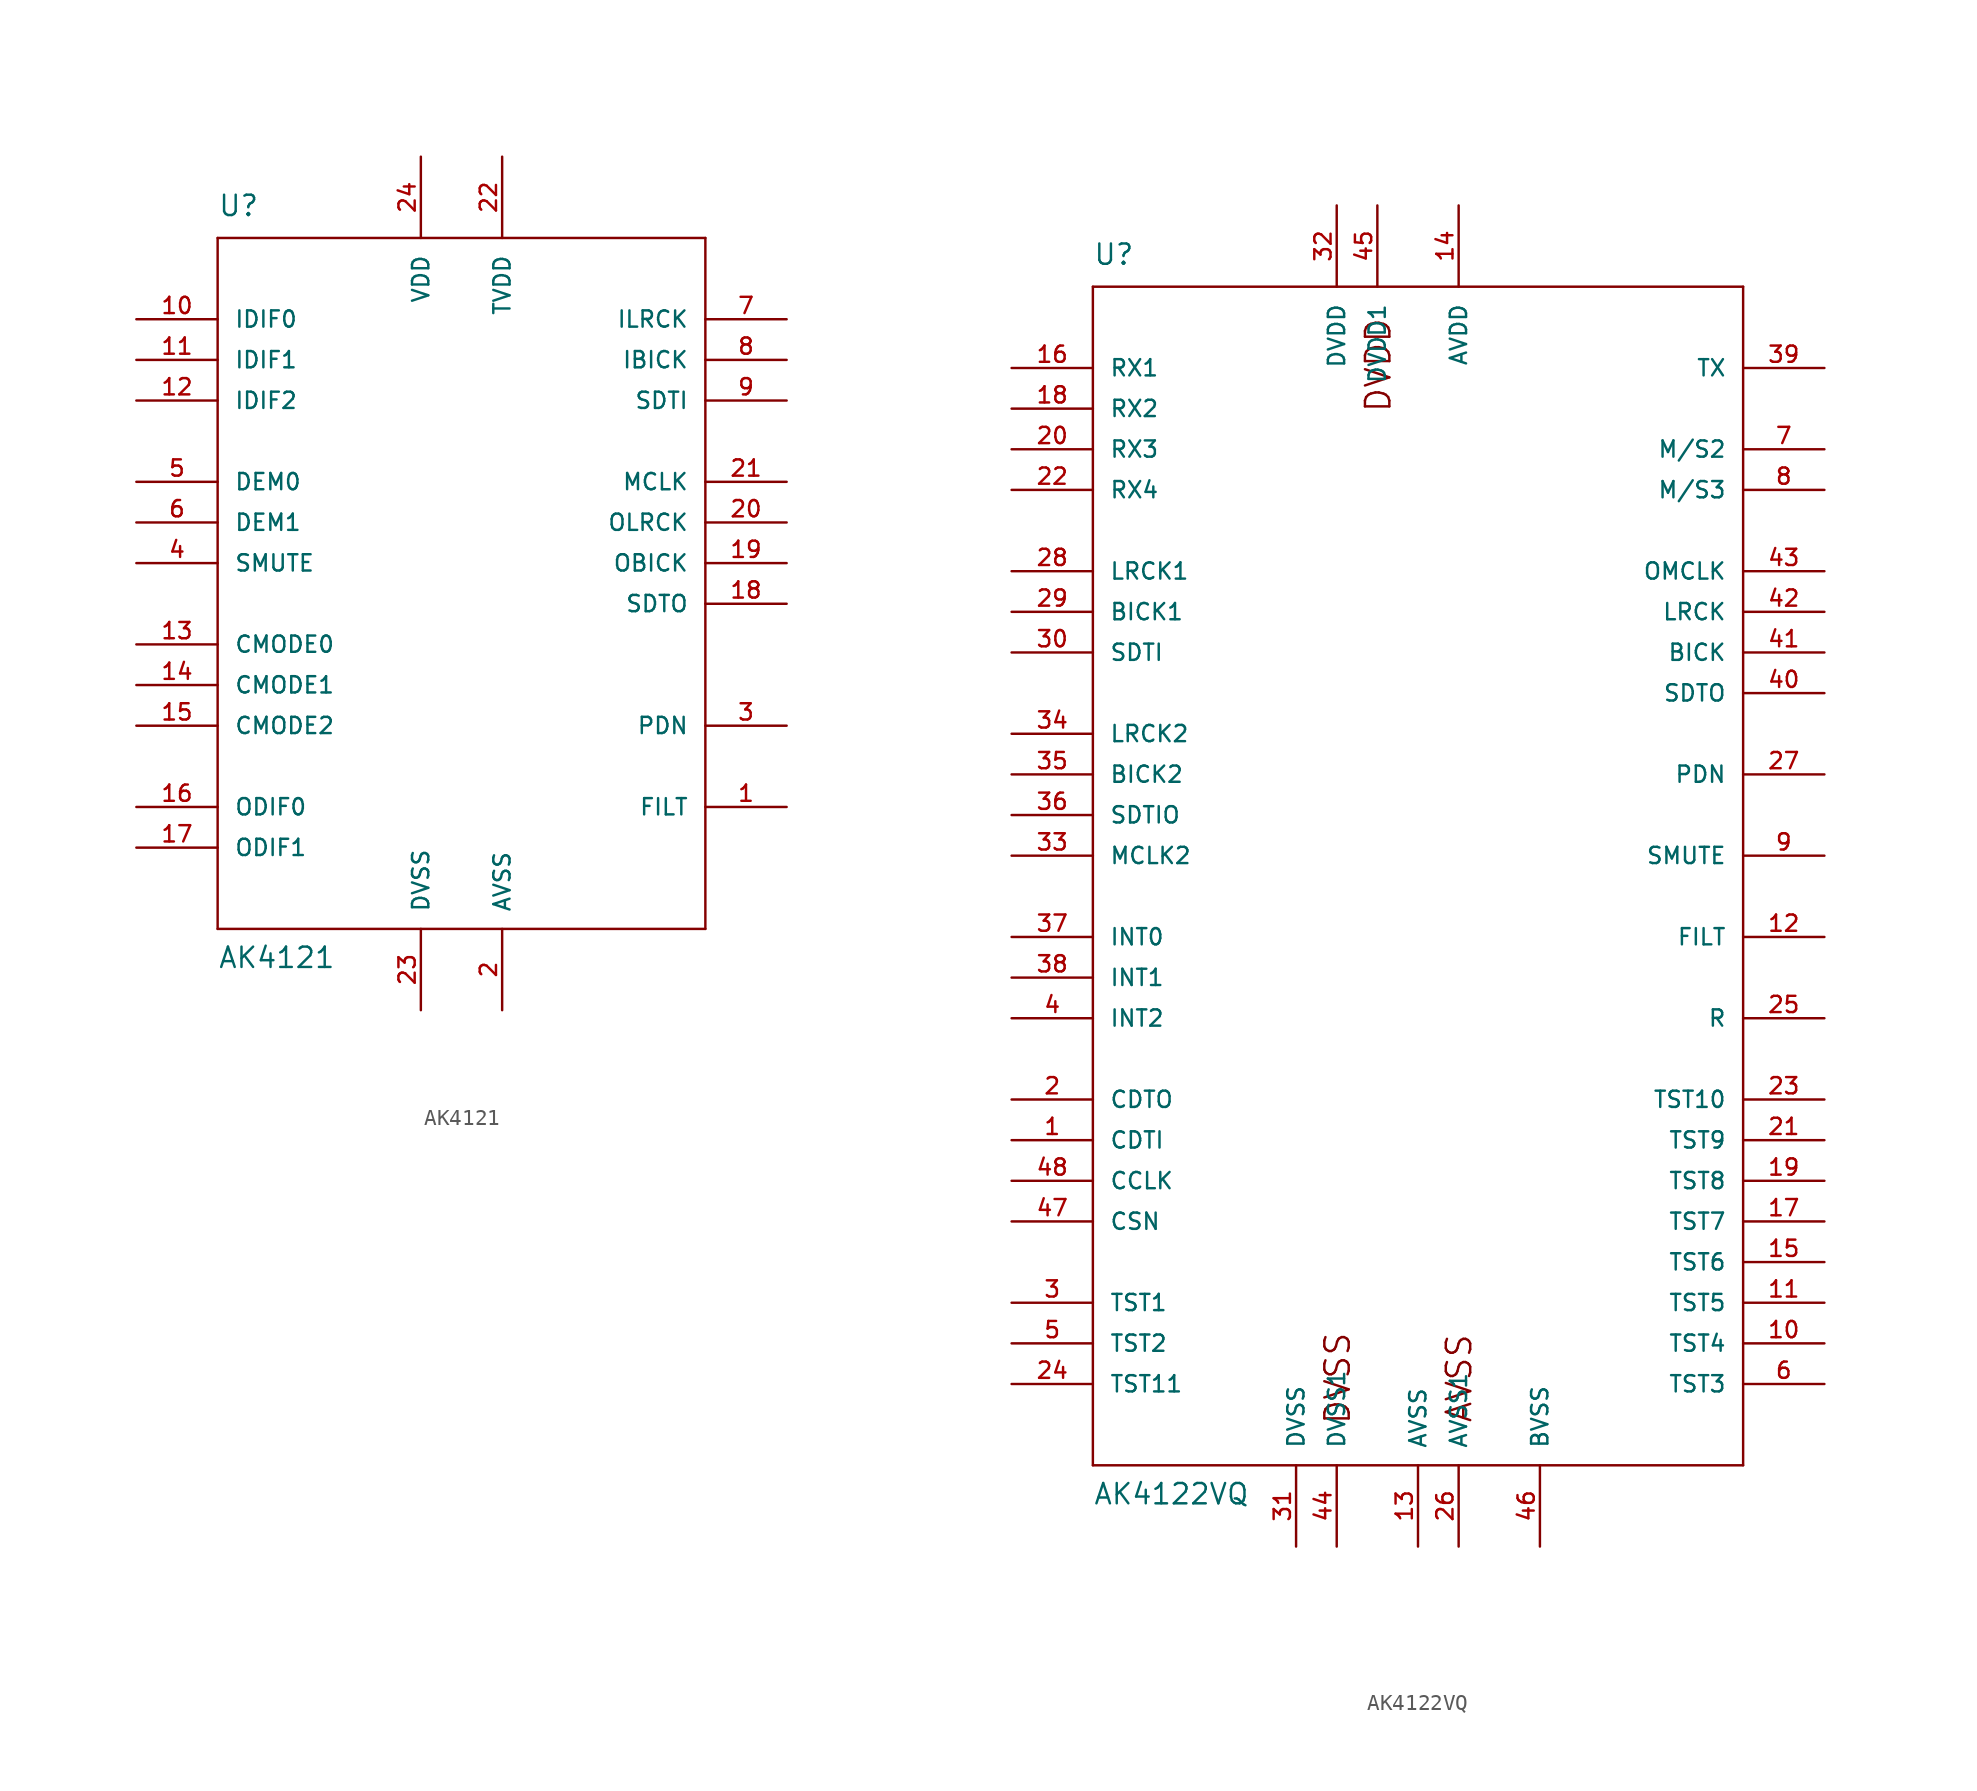
<source format=kicad_sym>
(kicad_symbol_lib
  (version 20211014)
  (generator kicad_symbol_editor)
  (symbol "AK4121"
    (pin_names
      (offset 1.016))
    (property "Reference" "U"
      (at -15.24 24.13 0)
      (effects (font (size 1.27 1.27)) (justify left bottom)))
    (property "Value" "AK4121"
      (at -15.24 -22.86 0)
      (effects (font (size 1.27 1.27)) (justify left bottom)))
    (property "ki_locked" ""
      (at 0 0 0)
      (effects (font (size 1.27 1.27))))
    (symbol "AK4121_1_0"
      (polyline (pts (xy -15.24 -20.32) (xy -15.24 22.86)) (stroke (width 0) (type default) (color 0 0 0 0)) (fill (type none)))
      (polyline (pts (xy -15.24 22.86) (xy 15.24 22.86)) (stroke (width 0) (type default) (color 0 0 0 0)) (fill (type none)))
      (polyline (pts (xy 15.24 -20.32) (xy -15.24 -20.32)) (stroke (width 0) (type default) (color 0 0 0 0)) (fill (type none)))
      (polyline (pts (xy 15.24 22.86) (xy 15.24 -20.32)) (stroke (width 0) (type default) (color 0 0 0 0)) (fill (type none))))
    (symbol "AK4121_1_1"
      (pin passive line (at 20.32 -12.7 180) (length 5.08) (name "FILT" (effects (font (size 1.016 1.016)))) (number "1" (effects (font (size 1.016 1.016)))))
      (pin input line (at -20.32 17.78 0) (length 5.08) (name "IDIF0" (effects (font (size 1.016 1.016)))) (number "10" (effects (font (size 1.016 1.016)))))
      (pin input line (at -20.32 15.24 0) (length 5.08) (name "IDIF1" (effects (font (size 1.016 1.016)))) (number "11" (effects (font (size 1.016 1.016)))))
      (pin input line (at -20.32 12.7 0) (length 5.08) (name "IDIF2" (effects (font (size 1.016 1.016)))) (number "12" (effects (font (size 1.016 1.016)))))
      (pin input line (at -20.32 -2.54 0) (length 5.08) (name "CMODE0" (effects (font (size 1.016 1.016)))) (number "13" (effects (font (size 1.016 1.016)))))
      (pin input line (at -20.32 -5.08 0) (length 5.08) (name "CMODE1" (effects (font (size 1.016 1.016)))) (number "14" (effects (font (size 1.016 1.016)))))
      (pin input line (at -20.32 -7.62 0) (length 5.08) (name "CMODE2" (effects (font (size 1.016 1.016)))) (number "15" (effects (font (size 1.016 1.016)))))
      (pin input line (at -20.32 -12.7 0) (length 5.08) (name "ODIF0" (effects (font (size 1.016 1.016)))) (number "16" (effects (font (size 1.016 1.016)))))
      (pin input line (at -20.32 -15.24 0) (length 5.08) (name "ODIF1" (effects (font (size 1.016 1.016)))) (number "17" (effects (font (size 1.016 1.016)))))
      (pin output line (at 20.32 0 180) (length 5.08) (name "SDTO" (effects (font (size 1.016 1.016)))) (number "18" (effects (font (size 1.016 1.016)))))
      (pin bidirectional line (at 20.32 2.54 180) (length 5.08) (name "OBICK" (effects (font (size 1.016 1.016)))) (number "19" (effects (font (size 1.016 1.016)))))
      (pin power_in line (at 2.54 -25.4 90) (length 5.08) (name "AVSS" (effects (font (size 1.016 1.016)))) (number "2" (effects (font (size 1.016 1.016)))))
      (pin bidirectional line (at 20.32 5.08 180) (length 5.08) (name "OLRCK" (effects (font (size 1.016 1.016)))) (number "20" (effects (font (size 1.016 1.016)))))
      (pin input line (at 20.32 7.62 180) (length 5.08) (name "MCLK" (effects (font (size 1.016 1.016)))) (number "21" (effects (font (size 1.016 1.016)))))
      (pin power_in line (at 2.54 27.94 270) (length 5.08) (name "TVDD" (effects (font (size 1.016 1.016)))) (number "22" (effects (font (size 1.016 1.016)))))
      (pin power_in line (at -2.54 -25.4 90) (length 5.08) (name "DVSS" (effects (font (size 1.016 1.016)))) (number "23" (effects (font (size 1.016 1.016)))))
      (pin power_in line (at -2.54 27.94 270) (length 5.08) (name "VDD" (effects (font (size 1.016 1.016)))) (number "24" (effects (font (size 1.016 1.016)))))
      (pin input line (at 20.32 -7.62 180) (length 5.08) (name "PDN" (effects (font (size 1.016 1.016)))) (number "3" (effects (font (size 1.016 1.016)))))
      (pin input line (at -20.32 2.54 0) (length 5.08) (name "SMUTE" (effects (font (size 1.016 1.016)))) (number "4" (effects (font (size 1.016 1.016)))))
      (pin input line (at -20.32 7.62 0) (length 5.08) (name "DEM0" (effects (font (size 1.016 1.016)))) (number "5" (effects (font (size 1.016 1.016)))))
      (pin input line (at -20.32 5.08 0) (length 5.08) (name "DEM1" (effects (font (size 1.016 1.016)))) (number "6" (effects (font (size 1.016 1.016)))))
      (pin input line (at 20.32 17.78 180) (length 5.08) (name "ILRCK" (effects (font (size 1.016 1.016)))) (number "7" (effects (font (size 1.016 1.016)))))
      (pin input line (at 20.32 15.24 180) (length 5.08) (name "IBICK" (effects (font (size 1.016 1.016)))) (number "8" (effects (font (size 1.016 1.016)))))
      (pin input line (at 20.32 12.7 180) (length 5.08) (name "SDTI" (effects (font (size 1.016 1.016)))) (number "9" (effects (font (size 1.016 1.016)))))))
  (symbol "AK4122VQ"
    (pin_names
      (offset 1.016))
    (property "Reference" "U"
      (at -20.32 36.83 0)
      (effects (font (size 1.27 1.27)) (justify left bottom)))
    (property "Value" "AK4122VQ"
      (at -20.32 -40.64 0)
      (effects (font (size 1.27 1.27)) (justify left bottom)))
    (property "ki_locked" ""
      (at 0 0 0)
      (effects (font (size 1.27 1.27))))
    (symbol "AK4122VQ_1_0"
      (polyline (pts (xy -20.32 -38.1) (xy -20.32 35.56)) (stroke (width 0) (type default) (color 0 0 0 0)) (fill (type none)))
      (polyline (pts (xy -20.32 35.56) (xy 20.32 35.56)) (stroke (width 0) (type default) (color 0 0 0 0)) (fill (type none)))
      (polyline (pts (xy 20.32 -38.1) (xy -20.32 -38.1)) (stroke (width 0) (type default) (color 0 0 0 0)) (fill (type none)))
      (polyline (pts (xy 20.32 35.56) (xy 20.32 -38.1)) (stroke (width 0) (type default) (color 0 0 0 0)) (fill (type none)))
      (text "AVSS" (at 2.565 -32.664 1) (effects (font (size 1.524 1.524))))
      (text "DVDD" (at -2.489 30.658 1) (effects (font (size 1.524 1.524))))
      (text "DVSS" (at -5.029 -32.664 1) (effects (font (size 1.524 1.524)))))
    (symbol "AK4122VQ_1_1"
      (pin input line (at -25.4 -17.78 0) (length 5.08) (name "CDTI" (effects (font (size 1.016 1.016)))) (number "1" (effects (font (size 1.016 1.016)))))
      (pin input line (at 25.4 -30.48 180) (length 5.08) (name "TST4" (effects (font (size 1.016 1.016)))) (number "10" (effects (font (size 1.016 1.016)))))
      (pin input line (at 25.4 -27.94 180) (length 5.08) (name "TST5" (effects (font (size 1.016 1.016)))) (number "11" (effects (font (size 1.016 1.016)))))
      (pin output line (at 25.4 -5.08 180) (length 5.08) (name "FILT" (effects (font (size 1.016 1.016)))) (number "12" (effects (font (size 1.016 1.016)))))
      (pin power_in line (at 0 -43.18 90) (length 5.08) (name "AVSS" (effects (font (size 1.016 1.016)))) (number "13" (effects (font (size 1.016 1.016)))))
      (pin power_in line (at 2.54 40.64 270) (length 5.08) (name "AVDD" (effects (font (size 1.016 1.016)))) (number "14" (effects (font (size 1.016 1.016)))))
      (pin input line (at 25.4 -25.4 180) (length 5.08) (name "TST6" (effects (font (size 1.016 1.016)))) (number "15" (effects (font (size 1.016 1.016)))))
      (pin input line (at -25.4 30.48 0) (length 5.08) (name "RX1" (effects (font (size 1.016 1.016)))) (number "16" (effects (font (size 1.016 1.016)))))
      (pin input line (at 25.4 -22.86 180) (length 5.08) (name "TST7" (effects (font (size 1.016 1.016)))) (number "17" (effects (font (size 1.016 1.016)))))
      (pin input line (at -25.4 27.94 0) (length 5.08) (name "RX2" (effects (font (size 1.016 1.016)))) (number "18" (effects (font (size 1.016 1.016)))))
      (pin input line (at 25.4 -20.32 180) (length 5.08) (name "TST8" (effects (font (size 1.016 1.016)))) (number "19" (effects (font (size 1.016 1.016)))))
      (pin output line (at -25.4 -15.24 0) (length 5.08) (name "CDTO" (effects (font (size 1.016 1.016)))) (number "2" (effects (font (size 1.016 1.016)))))
      (pin input line (at -25.4 25.4 0) (length 5.08) (name "RX3" (effects (font (size 1.016 1.016)))) (number "20" (effects (font (size 1.016 1.016)))))
      (pin input line (at 25.4 -17.78 180) (length 5.08) (name "TST9" (effects (font (size 1.016 1.016)))) (number "21" (effects (font (size 1.016 1.016)))))
      (pin input line (at -25.4 22.86 0) (length 5.08) (name "RX4" (effects (font (size 1.016 1.016)))) (number "22" (effects (font (size 1.016 1.016)))))
      (pin input line (at 25.4 -15.24 180) (length 5.08) (name "TST10" (effects (font (size 1.016 1.016)))) (number "23" (effects (font (size 1.016 1.016)))))
      (pin unspecified line (at -25.4 -33.02 0) (length 5.08) (name "TST11" (effects (font (size 1.016 1.016)))) (number "24" (effects (font (size 1.016 1.016)))))
      (pin passive line (at 25.4 -10.16 180) (length 5.08) (name "R" (effects (font (size 1.016 1.016)))) (number "25" (effects (font (size 1.016 1.016)))))
      (pin power_in line (at 2.54 -43.18 90) (length 5.08) (name "AVSS1" (effects (font (size 1.016 1.016)))) (number "26" (effects (font (size 1.016 1.016)))))
      (pin input line (at 25.4 5.08 180) (length 5.08) (name "PDN" (effects (font (size 1.016 1.016)))) (number "27" (effects (font (size 1.016 1.016)))))
      (pin input line (at -25.4 17.78 0) (length 5.08) (name "LRCK1" (effects (font (size 1.016 1.016)))) (number "28" (effects (font (size 1.016 1.016)))))
      (pin input line (at -25.4 15.24 0) (length 5.08) (name "BICK1" (effects (font (size 1.016 1.016)))) (number "29" (effects (font (size 1.016 1.016)))))
      (pin unspecified line (at -25.4 -27.94 0) (length 5.08) (name "TST1" (effects (font (size 1.016 1.016)))) (number "3" (effects (font (size 1.016 1.016)))))
      (pin input line (at -25.4 12.7 0) (length 5.08) (name "SDTI" (effects (font (size 1.016 1.016)))) (number "30" (effects (font (size 1.016 1.016)))))
      (pin power_in line (at -7.62 -43.18 90) (length 5.08) (name "DVSS" (effects (font (size 1.016 1.016)))) (number "31" (effects (font (size 1.016 1.016)))))
      (pin power_in line (at -5.08 40.64 270) (length 5.08) (name "DVDD" (effects (font (size 1.016 1.016)))) (number "32" (effects (font (size 1.016 1.016)))))
      (pin input line (at -25.4 0 0) (length 5.08) (name "MCLK2" (effects (font (size 1.016 1.016)))) (number "33" (effects (font (size 1.016 1.016)))))
      (pin bidirectional line (at -25.4 7.62 0) (length 5.08) (name "LRCK2" (effects (font (size 1.016 1.016)))) (number "34" (effects (font (size 1.016 1.016)))))
      (pin bidirectional line (at -25.4 5.08 0) (length 5.08) (name "BICK2" (effects (font (size 1.016 1.016)))) (number "35" (effects (font (size 1.016 1.016)))))
      (pin bidirectional line (at -25.4 2.54 0) (length 5.08) (name "SDTIO" (effects (font (size 1.016 1.016)))) (number "36" (effects (font (size 1.016 1.016)))))
      (pin output line (at -25.4 -5.08 0) (length 5.08) (name "INT0" (effects (font (size 1.016 1.016)))) (number "37" (effects (font (size 1.016 1.016)))))
      (pin output line (at -25.4 -7.62 0) (length 5.08) (name "INT1" (effects (font (size 1.016 1.016)))) (number "38" (effects (font (size 1.016 1.016)))))
      (pin output line (at 25.4 30.48 180) (length 5.08) (name "TX" (effects (font (size 1.016 1.016)))) (number "39" (effects (font (size 1.016 1.016)))))
      (pin output line (at -25.4 -10.16 0) (length 5.08) (name "INT2" (effects (font (size 1.016 1.016)))) (number "4" (effects (font (size 1.016 1.016)))))
      (pin output line (at 25.4 10.16 180) (length 5.08) (name "SDTO" (effects (font (size 1.016 1.016)))) (number "40" (effects (font (size 1.016 1.016)))))
      (pin bidirectional line (at 25.4 12.7 180) (length 5.08) (name "BICK" (effects (font (size 1.016 1.016)))) (number "41" (effects (font (size 1.016 1.016)))))
      (pin bidirectional line (at 25.4 15.24 180) (length 5.08) (name "LRCK" (effects (font (size 1.016 1.016)))) (number "42" (effects (font (size 1.016 1.016)))))
      (pin input line (at 25.4 17.78 180) (length 5.08) (name "OMCLK" (effects (font (size 1.016 1.016)))) (number "43" (effects (font (size 1.016 1.016)))))
      (pin power_in line (at -5.08 -43.18 90) (length 5.08) (name "DVSS1" (effects (font (size 1.016 1.016)))) (number "44" (effects (font (size 1.016 1.016)))))
      (pin power_in line (at -2.54 40.64 270) (length 5.08) (name "DVDD1" (effects (font (size 1.016 1.016)))) (number "45" (effects (font (size 1.016 1.016)))))
      (pin power_in line (at 7.62 -43.18 90) (length 5.08) (name "BVSS" (effects (font (size 1.016 1.016)))) (number "46" (effects (font (size 1.016 1.016)))))
      (pin input line (at -25.4 -22.86 0) (length 5.08) (name "CSN" (effects (font (size 1.016 1.016)))) (number "47" (effects (font (size 1.016 1.016)))))
      (pin input line (at -25.4 -20.32 0) (length 5.08) (name "CCLK" (effects (font (size 1.016 1.016)))) (number "48" (effects (font (size 1.016 1.016)))))
      (pin unspecified line (at -25.4 -30.48 0) (length 5.08) (name "TST2" (effects (font (size 1.016 1.016)))) (number "5" (effects (font (size 1.016 1.016)))))
      (pin input line (at 25.4 -33.02 180) (length 5.08) (name "TST3" (effects (font (size 1.016 1.016)))) (number "6" (effects (font (size 1.016 1.016)))))
      (pin input line (at 25.4 25.4 180) (length 5.08) (name "M/S2" (effects (font (size 1.016 1.016)))) (number "7" (effects (font (size 1.016 1.016)))))
      (pin input line (at 25.4 22.86 180) (length 5.08) (name "M/S3" (effects (font (size 1.016 1.016)))) (number "8" (effects (font (size 1.016 1.016)))))
      (pin input line (at 25.4 0 180) (length 5.08) (name "SMUTE" (effects (font (size 1.016 1.016)))) (number "9" (effects (font (size 1.016 1.016))))))))
</source>
